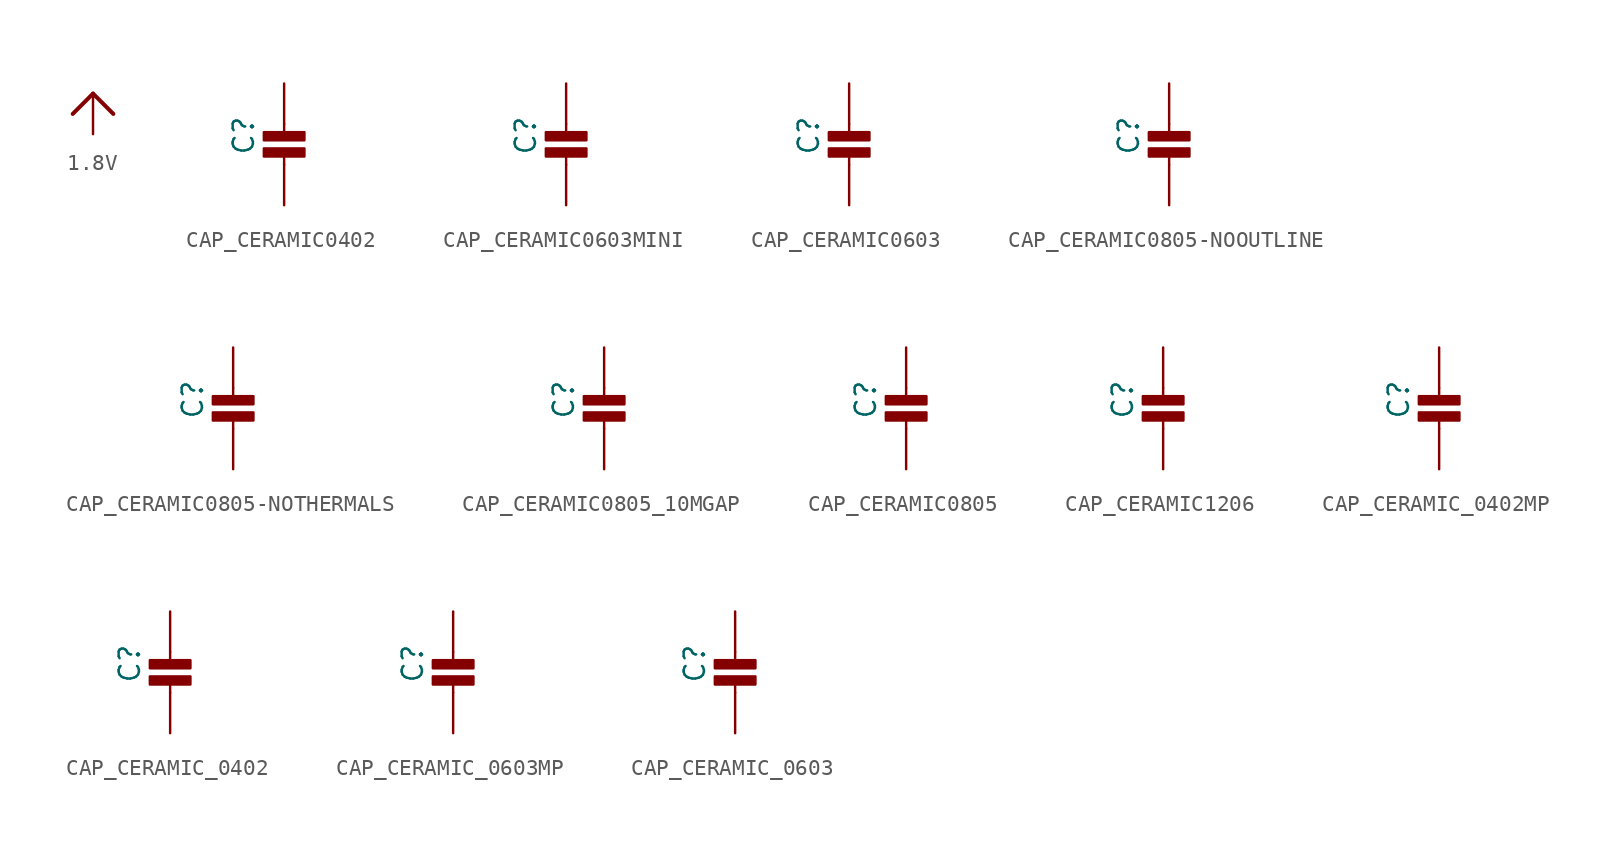
<source format=kicad_sym>
(kicad_symbol_lib
  (version 20241209)
  (generator "kicad_symbol_editor")
  (generator_version "9.0")
  (symbol "1.8V"
    (power)
    (property "Reference" ""
      (at 0 0 0)
      (effects (font (size 1.27 1.27)) (hide yes)))
    (property "Value" ""
      (at -1.524 1.016 0)
      (effects (font (size 1.27 1.079)) (justify left bottom)))
    (property "ki_locked" ""
      (at 0 0 0)
      (effects (font (size 1.27 1.27))))
    (symbol "1.8V_1_0"
      (polyline (pts (xy -1.27 -1.27) (xy 0 0)) (stroke (width 0.254) (type solid)) (fill (type none)))
      (polyline (pts (xy 0 0) (xy 1.27 -1.27)) (stroke (width 0.254) (type solid)) (fill (type none)))
      (pin power_in line (at 0 -2.54 90) (length 2.54) (name "1.8V" (effects (font (size 0 0)))) (number "1" (effects (font (size 0 0)))))))
  (symbol "CAP_CERAMIC0402"
    (property "Reference" "C"
      (at -1.79 0.54 90)
      (effects (font (size 1.27 1.27)) (justify left bottom)))
    (property "Value" ""
      (at 3 0.54 90)
      (effects (font (size 1.27 1.27)) (justify left bottom)))
    (property "ki_locked" ""
      (at 0 0 0)
      (effects (font (size 1.27 1.27))))
    (symbol "CAP_CERAMIC0402_1_0"
      (rectangle (start -1.27 1.524) (end 1.27 2.032) (stroke (width 0) (type default)) (fill (type outline)))
      (rectangle (start -1.27 0.508) (end 1.27 1.016) (stroke (width 0) (type default)) (fill (type outline)))
      (polyline (pts (xy 0 2.54) (xy 0 1.778)) (stroke (width 0.152) (type solid)) (fill (type none)))
      (polyline (pts (xy 0 0.762) (xy 0 0)) (stroke (width 0.152) (type solid)) (fill (type none)))
      (pin passive line (at 0 5.08 270) (length 2.54) (name "1" (effects (font (size 0 0)))) (number "1" (effects (font (size 0 0)))))
      (pin passive line (at 0 -2.54 90) (length 2.54) (name "2" (effects (font (size 0 0)))) (number "2" (effects (font (size 0 0)))))))
  (symbol "CAP_CERAMIC0603MINI"
    (property "Reference" "C"
      (at -1.79 0.54 90)
      (effects (font (size 1.27 1.27)) (justify left bottom)))
    (property "Value" ""
      (at 3 0.54 90)
      (effects (font (size 1.27 1.27)) (justify left bottom)))
    (property "ki_locked" ""
      (at 0 0 0)
      (effects (font (size 1.27 1.27))))
    (symbol "CAP_CERAMIC0603MINI_1_0"
      (rectangle (start -1.27 1.524) (end 1.27 2.032) (stroke (width 0) (type default)) (fill (type outline)))
      (rectangle (start -1.27 0.508) (end 1.27 1.016) (stroke (width 0) (type default)) (fill (type outline)))
      (polyline (pts (xy 0 2.54) (xy 0 1.778)) (stroke (width 0.152) (type solid)) (fill (type none)))
      (polyline (pts (xy 0 0.762) (xy 0 0)) (stroke (width 0.152) (type solid)) (fill (type none)))
      (pin passive line (at 0 5.08 270) (length 2.54) (name "1" (effects (font (size 0 0)))) (number "1" (effects (font (size 0 0)))))
      (pin passive line (at 0 -2.54 90) (length 2.54) (name "2" (effects (font (size 0 0)))) (number "2" (effects (font (size 0 0)))))))
  (symbol "CAP_CERAMIC0603"
    (property "Reference" "C"
      (at -1.79 0.54 90)
      (effects (font (size 1.27 1.27)) (justify left bottom)))
    (property "Value" ""
      (at 3 0.54 90)
      (effects (font (size 1.27 1.27)) (justify left bottom)))
    (property "ki_locked" ""
      (at 0 0 0)
      (effects (font (size 1.27 1.27))))
    (symbol "CAP_CERAMIC0603_1_0"
      (rectangle (start -1.27 1.524) (end 1.27 2.032) (stroke (width 0) (type default)) (fill (type outline)))
      (rectangle (start -1.27 0.508) (end 1.27 1.016) (stroke (width 0) (type default)) (fill (type outline)))
      (polyline (pts (xy 0 2.54) (xy 0 1.778)) (stroke (width 0.152) (type solid)) (fill (type none)))
      (polyline (pts (xy 0 0.762) (xy 0 0)) (stroke (width 0.152) (type solid)) (fill (type none)))
      (pin passive line (at 0 5.08 270) (length 2.54) (name "1" (effects (font (size 0 0)))) (number "1" (effects (font (size 0 0)))))
      (pin passive line (at 0 -2.54 90) (length 2.54) (name "2" (effects (font (size 0 0)))) (number "2" (effects (font (size 0 0)))))))
  (symbol "CAP_CERAMIC0805-NOOUTLINE"
    (property "Reference" "C"
      (at -1.79 0.54 90)
      (effects (font (size 1.27 1.27)) (justify left bottom)))
    (property "Value" ""
      (at 3 0.54 90)
      (effects (font (size 1.27 1.27)) (justify left bottom)))
    (property "ki_locked" ""
      (at 0 0 0)
      (effects (font (size 1.27 1.27))))
    (symbol "CAP_CERAMIC0805-NOOUTLINE_1_0"
      (rectangle (start -1.27 1.524) (end 1.27 2.032) (stroke (width 0) (type default)) (fill (type outline)))
      (rectangle (start -1.27 0.508) (end 1.27 1.016) (stroke (width 0) (type default)) (fill (type outline)))
      (polyline (pts (xy 0 2.54) (xy 0 1.778)) (stroke (width 0.152) (type solid)) (fill (type none)))
      (polyline (pts (xy 0 0.762) (xy 0 0)) (stroke (width 0.152) (type solid)) (fill (type none)))
      (pin passive line (at 0 5.08 270) (length 2.54) (name "1" (effects (font (size 0 0)))) (number "1" (effects (font (size 0 0)))))
      (pin passive line (at 0 -2.54 90) (length 2.54) (name "2" (effects (font (size 0 0)))) (number "2" (effects (font (size 0 0)))))))
  (symbol "CAP_CERAMIC0805-NOTHERMALS"
    (property "Reference" "C"
      (at -1.79 0.54 90)
      (effects (font (size 1.27 1.27)) (justify left bottom)))
    (property "Value" ""
      (at 3 0.54 90)
      (effects (font (size 1.27 1.27)) (justify left bottom)))
    (property "ki_locked" ""
      (at 0 0 0)
      (effects (font (size 1.27 1.27))))
    (symbol "CAP_CERAMIC0805-NOTHERMALS_1_0"
      (rectangle (start -1.27 1.524) (end 1.27 2.032) (stroke (width 0) (type default)) (fill (type outline)))
      (rectangle (start -1.27 0.508) (end 1.27 1.016) (stroke (width 0) (type default)) (fill (type outline)))
      (polyline (pts (xy 0 2.54) (xy 0 1.778)) (stroke (width 0.152) (type solid)) (fill (type none)))
      (polyline (pts (xy 0 0.762) (xy 0 0)) (stroke (width 0.152) (type solid)) (fill (type none)))
      (pin passive line (at 0 5.08 270) (length 2.54) (name "1" (effects (font (size 0 0)))) (number "1" (effects (font (size 0 0)))))
      (pin passive line (at 0 -2.54 90) (length 2.54) (name "2" (effects (font (size 0 0)))) (number "2" (effects (font (size 0 0)))))))
  (symbol "CAP_CERAMIC0805_10MGAP"
    (property "Reference" "C"
      (at -1.79 0.54 90)
      (effects (font (size 1.27 1.27)) (justify left bottom)))
    (property "Value" ""
      (at 3 0.54 90)
      (effects (font (size 1.27 1.27)) (justify left bottom)))
    (property "ki_locked" ""
      (at 0 0 0)
      (effects (font (size 1.27 1.27))))
    (symbol "CAP_CERAMIC0805_10MGAP_1_0"
      (rectangle (start -1.27 1.524) (end 1.27 2.032) (stroke (width 0) (type default)) (fill (type outline)))
      (rectangle (start -1.27 0.508) (end 1.27 1.016) (stroke (width 0) (type default)) (fill (type outline)))
      (polyline (pts (xy 0 2.54) (xy 0 1.778)) (stroke (width 0.152) (type solid)) (fill (type none)))
      (polyline (pts (xy 0 0.762) (xy 0 0)) (stroke (width 0.152) (type solid)) (fill (type none)))
      (pin passive line (at 0 5.08 270) (length 2.54) (name "1" (effects (font (size 0 0)))) (number "1" (effects (font (size 0 0)))))
      (pin passive line (at 0 -2.54 90) (length 2.54) (name "2" (effects (font (size 0 0)))) (number "2" (effects (font (size 0 0)))))))
  (symbol "CAP_CERAMIC0805"
    (property "Reference" "C"
      (at -1.79 0.54 90)
      (effects (font (size 1.27 1.27)) (justify left bottom)))
    (property "Value" ""
      (at 3 0.54 90)
      (effects (font (size 1.27 1.27)) (justify left bottom)))
    (property "ki_locked" ""
      (at 0 0 0)
      (effects (font (size 1.27 1.27))))
    (symbol "CAP_CERAMIC0805_1_0"
      (rectangle (start -1.27 1.524) (end 1.27 2.032) (stroke (width 0) (type default)) (fill (type outline)))
      (rectangle (start -1.27 0.508) (end 1.27 1.016) (stroke (width 0) (type default)) (fill (type outline)))
      (polyline (pts (xy 0 2.54) (xy 0 1.778)) (stroke (width 0.152) (type solid)) (fill (type none)))
      (polyline (pts (xy 0 0.762) (xy 0 0)) (stroke (width 0.152) (type solid)) (fill (type none)))
      (pin passive line (at 0 5.08 270) (length 2.54) (name "1" (effects (font (size 0 0)))) (number "1" (effects (font (size 0 0)))))
      (pin passive line (at 0 -2.54 90) (length 2.54) (name "2" (effects (font (size 0 0)))) (number "2" (effects (font (size 0 0)))))))
  (symbol "CAP_CERAMIC1206"
    (property "Reference" "C"
      (at -1.79 0.54 90)
      (effects (font (size 1.27 1.27)) (justify left bottom)))
    (property "Value" ""
      (at 3 0.54 90)
      (effects (font (size 1.27 1.27)) (justify left bottom)))
    (property "ki_locked" ""
      (at 0 0 0)
      (effects (font (size 1.27 1.27))))
    (symbol "CAP_CERAMIC1206_1_0"
      (rectangle (start -1.27 1.524) (end 1.27 2.032) (stroke (width 0) (type default)) (fill (type outline)))
      (rectangle (start -1.27 0.508) (end 1.27 1.016) (stroke (width 0) (type default)) (fill (type outline)))
      (polyline (pts (xy 0 2.54) (xy 0 1.778)) (stroke (width 0.152) (type solid)) (fill (type none)))
      (polyline (pts (xy 0 0.762) (xy 0 0)) (stroke (width 0.152) (type solid)) (fill (type none)))
      (pin passive line (at 0 5.08 270) (length 2.54) (name "1" (effects (font (size 0 0)))) (number "1" (effects (font (size 0 0)))))
      (pin passive line (at 0 -2.54 90) (length 2.54) (name "2" (effects (font (size 0 0)))) (number "2" (effects (font (size 0 0)))))))
  (symbol "CAP_CERAMIC_0402MP"
    (property "Reference" "C"
      (at -1.79 0.54 90)
      (effects (font (size 1.27 1.27)) (justify left bottom)))
    (property "Value" ""
      (at 3 0.54 90)
      (effects (font (size 1.27 1.27)) (justify left bottom)))
    (property "ki_locked" ""
      (at 0 0 0)
      (effects (font (size 1.27 1.27))))
    (symbol "CAP_CERAMIC_0402MP_1_0"
      (rectangle (start -1.27 1.524) (end 1.27 2.032) (stroke (width 0) (type default)) (fill (type outline)))
      (rectangle (start -1.27 0.508) (end 1.27 1.016) (stroke (width 0) (type default)) (fill (type outline)))
      (polyline (pts (xy 0 2.54) (xy 0 1.778)) (stroke (width 0.152) (type solid)) (fill (type none)))
      (polyline (pts (xy 0 0.762) (xy 0 0)) (stroke (width 0.152) (type solid)) (fill (type none)))
      (pin passive line (at 0 5.08 270) (length 2.54) (name "1" (effects (font (size 0 0)))) (number "1" (effects (font (size 0 0)))))
      (pin passive line (at 0 -2.54 90) (length 2.54) (name "2" (effects (font (size 0 0)))) (number "2" (effects (font (size 0 0)))))))
  (symbol "CAP_CERAMIC_0402"
    (property "Reference" "C"
      (at -1.79 0.54 90)
      (effects (font (size 1.27 1.27)) (justify left bottom)))
    (property "Value" ""
      (at 3 0.54 90)
      (effects (font (size 1.27 1.27)) (justify left bottom)))
    (property "ki_locked" ""
      (at 0 0 0)
      (effects (font (size 1.27 1.27))))
    (symbol "CAP_CERAMIC_0402_1_0"
      (rectangle (start -1.27 1.524) (end 1.27 2.032) (stroke (width 0) (type default)) (fill (type outline)))
      (rectangle (start -1.27 0.508) (end 1.27 1.016) (stroke (width 0) (type default)) (fill (type outline)))
      (polyline (pts (xy 0 2.54) (xy 0 1.778)) (stroke (width 0.152) (type solid)) (fill (type none)))
      (polyline (pts (xy 0 0.762) (xy 0 0)) (stroke (width 0.152) (type solid)) (fill (type none)))
      (pin passive line (at 0 5.08 270) (length 2.54) (name "1" (effects (font (size 0 0)))) (number "1" (effects (font (size 0 0)))))
      (pin passive line (at 0 -2.54 90) (length 2.54) (name "2" (effects (font (size 0 0)))) (number "2" (effects (font (size 0 0)))))))
  (symbol "CAP_CERAMIC_0603MP"
    (property "Reference" "C"
      (at -1.79 0.54 90)
      (effects (font (size 1.27 1.27)) (justify left bottom)))
    (property "Value" ""
      (at 3 0.54 90)
      (effects (font (size 1.27 1.27)) (justify left bottom)))
    (property "ki_locked" ""
      (at 0 0 0)
      (effects (font (size 1.27 1.27))))
    (symbol "CAP_CERAMIC_0603MP_1_0"
      (rectangle (start -1.27 1.524) (end 1.27 2.032) (stroke (width 0) (type default)) (fill (type outline)))
      (rectangle (start -1.27 0.508) (end 1.27 1.016) (stroke (width 0) (type default)) (fill (type outline)))
      (polyline (pts (xy 0 2.54) (xy 0 1.778)) (stroke (width 0.152) (type solid)) (fill (type none)))
      (polyline (pts (xy 0 0.762) (xy 0 0)) (stroke (width 0.152) (type solid)) (fill (type none)))
      (pin passive line (at 0 5.08 270) (length 2.54) (name "1" (effects (font (size 0 0)))) (number "1" (effects (font (size 0 0)))))
      (pin passive line (at 0 -2.54 90) (length 2.54) (name "2" (effects (font (size 0 0)))) (number "2" (effects (font (size 0 0)))))))
  (symbol "CAP_CERAMIC_0603"
    (property "Reference" "C"
      (at -1.79 0.54 90)
      (effects (font (size 1.27 1.27)) (justify left bottom)))
    (property "Value" ""
      (at 3 0.54 90)
      (effects (font (size 1.27 1.27)) (justify left bottom)))
    (property "ki_locked" ""
      (at 0 0 0)
      (effects (font (size 1.27 1.27))))
    (symbol "CAP_CERAMIC_0603_1_0"
      (rectangle (start -1.27 1.524) (end 1.27 2.032) (stroke (width 0) (type default)) (fill (type outline)))
      (rectangle (start -1.27 0.508) (end 1.27 1.016) (stroke (width 0) (type default)) (fill (type outline)))
      (polyline (pts (xy 0 2.54) (xy 0 1.778)) (stroke (width 0.152) (type solid)) (fill (type none)))
      (polyline (pts (xy 0 0.762) (xy 0 0)) (stroke (width 0.152) (type solid)) (fill (type none)))
      (pin passive line (at 0 5.08 270) (length 2.54) (name "1" (effects (font (size 0 0)))) (number "1" (effects (font (size 0 0)))))
      (pin passive line (at 0 -2.54 90) (length 2.54) (name "2" (effects (font (size 0 0)))) (number "2" (effects (font (size 0 0))))))))
</source>
